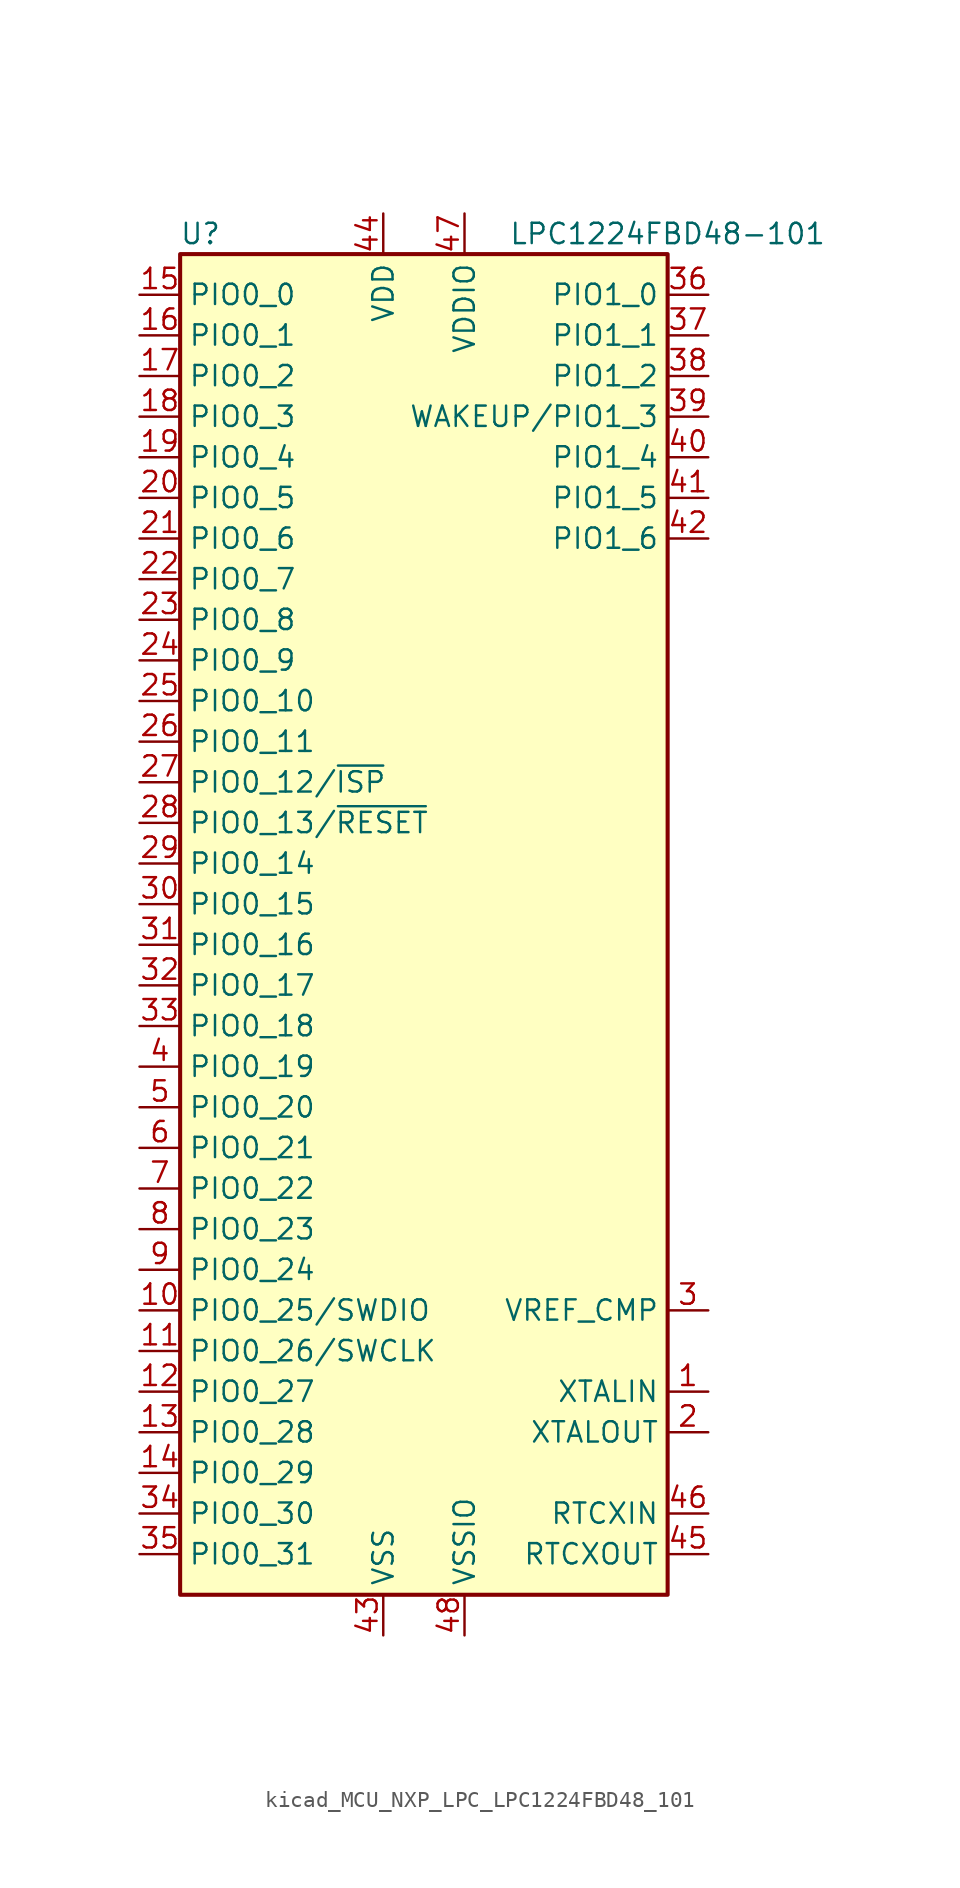
<source format=kicad_sym>
(kicad_symbol_lib
  (version 20220914)
  (generator kicad_symbol_editor)
  (symbol "kicad_MCU_NXP_LPC_LPC1224FBD48_101"
    (property "Reference" "U"
      (at -13.97 44.45 0)
      (effects (font (size 1.27 1.27))))
    (property "Value" "LPC1224FBD48-101"
      (at 15.24 44.45 0)
      (effects (font (size 1.27 1.27))))
    (symbol "kicad_MCU_NXP_LPC_LPC1224FBD48_101_0_1"
      (rectangle (start -15.24 43.18) (end 15.24 -40.64) (stroke (width 0.254) (type default)) (fill (type background))))
    (symbol "kicad_MCU_NXP_LPC_LPC1224FBD48_101_1_1"
      (pin input line (at 17.78 -27.94 180) (length 2.54) (name "XTALIN" (effects (font (size 1.27 1.27)))) (number "1" (effects (font (size 1.27 1.27)))))
      (pin bidirectional line (at -17.78 -22.86 0) (length 2.54) (name "PIO0_25/SWDIO" (effects (font (size 1.27 1.27)))) (number "10" (effects (font (size 1.27 1.27)))))
      (pin bidirectional line (at -17.78 -25.4 0) (length 2.54) (name "PIO0_26/SWCLK" (effects (font (size 1.27 1.27)))) (number "11" (effects (font (size 1.27 1.27)))))
      (pin bidirectional line (at -17.78 -27.94 0) (length 2.54) (name "PIO0_27" (effects (font (size 1.27 1.27)))) (number "12" (effects (font (size 1.27 1.27)))))
      (pin bidirectional line (at -17.78 -30.48 0) (length 2.54) (name "PIO0_28" (effects (font (size 1.27 1.27)))) (number "13" (effects (font (size 1.27 1.27)))))
      (pin bidirectional line (at -17.78 -33.02 0) (length 2.54) (name "PIO0_29" (effects (font (size 1.27 1.27)))) (number "14" (effects (font (size 1.27 1.27)))))
      (pin bidirectional line (at -17.78 40.64 0) (length 2.54) (name "PIO0_0" (effects (font (size 1.27 1.27)))) (number "15" (effects (font (size 1.27 1.27)))))
      (pin bidirectional line (at -17.78 38.1 0) (length 2.54) (name "PIO0_1" (effects (font (size 1.27 1.27)))) (number "16" (effects (font (size 1.27 1.27)))))
      (pin bidirectional line (at -17.78 35.56 0) (length 2.54) (name "PIO0_2" (effects (font (size 1.27 1.27)))) (number "17" (effects (font (size 1.27 1.27)))))
      (pin bidirectional line (at -17.78 33.02 0) (length 2.54) (name "PIO0_3" (effects (font (size 1.27 1.27)))) (number "18" (effects (font (size 1.27 1.27)))))
      (pin bidirectional line (at -17.78 30.48 0) (length 2.54) (name "PIO0_4" (effects (font (size 1.27 1.27)))) (number "19" (effects (font (size 1.27 1.27)))))
      (pin output line (at 17.78 -30.48 180) (length 2.54) (name "XTALOUT" (effects (font (size 1.27 1.27)))) (number "2" (effects (font (size 1.27 1.27)))))
      (pin bidirectional line (at -17.78 27.94 0) (length 2.54) (name "PIO0_5" (effects (font (size 1.27 1.27)))) (number "20" (effects (font (size 1.27 1.27)))))
      (pin bidirectional line (at -17.78 25.4 0) (length 2.54) (name "PIO0_6" (effects (font (size 1.27 1.27)))) (number "21" (effects (font (size 1.27 1.27)))))
      (pin bidirectional line (at -17.78 22.86 0) (length 2.54) (name "PIO0_7" (effects (font (size 1.27 1.27)))) (number "22" (effects (font (size 1.27 1.27)))))
      (pin bidirectional line (at -17.78 20.32 0) (length 2.54) (name "PIO0_8" (effects (font (size 1.27 1.27)))) (number "23" (effects (font (size 1.27 1.27)))))
      (pin bidirectional line (at -17.78 17.78 0) (length 2.54) (name "PIO0_9" (effects (font (size 1.27 1.27)))) (number "24" (effects (font (size 1.27 1.27)))))
      (pin bidirectional line (at -17.78 15.24 0) (length 2.54) (name "PIO0_10" (effects (font (size 1.27 1.27)))) (number "25" (effects (font (size 1.27 1.27)))))
      (pin bidirectional line (at -17.78 12.7 0) (length 2.54) (name "PIO0_11" (effects (font (size 1.27 1.27)))) (number "26" (effects (font (size 1.27 1.27)))))
      (pin bidirectional line (at -17.78 10.16 0) (length 2.54) (name "PIO0_12/~{ISP}" (effects (font (size 1.27 1.27)))) (number "27" (effects (font (size 1.27 1.27)))))
      (pin bidirectional line (at -17.78 7.62 0) (length 2.54) (name "PIO0_13/~{RESET}" (effects (font (size 1.27 1.27)))) (number "28" (effects (font (size 1.27 1.27)))))
      (pin bidirectional line (at -17.78 5.08 0) (length 2.54) (name "PIO0_14" (effects (font (size 1.27 1.27)))) (number "29" (effects (font (size 1.27 1.27)))))
      (pin input line (at 17.78 -22.86 180) (length 2.54) (name "VREF_CMP" (effects (font (size 1.27 1.27)))) (number "3" (effects (font (size 1.27 1.27)))))
      (pin bidirectional line (at -17.78 2.54 0) (length 2.54) (name "PIO0_15" (effects (font (size 1.27 1.27)))) (number "30" (effects (font (size 1.27 1.27)))))
      (pin bidirectional line (at -17.78 0 0) (length 2.54) (name "PIO0_16" (effects (font (size 1.27 1.27)))) (number "31" (effects (font (size 1.27 1.27)))))
      (pin bidirectional line (at -17.78 -2.54 0) (length 2.54) (name "PIO0_17" (effects (font (size 1.27 1.27)))) (number "32" (effects (font (size 1.27 1.27)))))
      (pin bidirectional line (at -17.78 -5.08 0) (length 2.54) (name "PIO0_18" (effects (font (size 1.27 1.27)))) (number "33" (effects (font (size 1.27 1.27)))))
      (pin bidirectional line (at -17.78 -35.56 0) (length 2.54) (name "PIO0_30" (effects (font (size 1.27 1.27)))) (number "34" (effects (font (size 1.27 1.27)))))
      (pin bidirectional line (at -17.78 -38.1 0) (length 2.54) (name "PIO0_31" (effects (font (size 1.27 1.27)))) (number "35" (effects (font (size 1.27 1.27)))))
      (pin bidirectional line (at 17.78 40.64 180) (length 2.54) (name "PIO1_0" (effects (font (size 1.27 1.27)))) (number "36" (effects (font (size 1.27 1.27)))))
      (pin bidirectional line (at 17.78 38.1 180) (length 2.54) (name "PIO1_1" (effects (font (size 1.27 1.27)))) (number "37" (effects (font (size 1.27 1.27)))))
      (pin bidirectional line (at 17.78 35.56 180) (length 2.54) (name "PIO1_2" (effects (font (size 1.27 1.27)))) (number "38" (effects (font (size 1.27 1.27)))))
      (pin bidirectional line (at 17.78 33.02 180) (length 2.54) (name "WAKEUP/PIO1_3" (effects (font (size 1.27 1.27)))) (number "39" (effects (font (size 1.27 1.27)))))
      (pin bidirectional line (at -17.78 -7.62 0) (length 2.54) (name "PIO0_19" (effects (font (size 1.27 1.27)))) (number "4" (effects (font (size 1.27 1.27)))))
      (pin bidirectional line (at 17.78 30.48 180) (length 2.54) (name "PIO1_4" (effects (font (size 1.27 1.27)))) (number "40" (effects (font (size 1.27 1.27)))))
      (pin bidirectional line (at 17.78 27.94 180) (length 2.54) (name "PIO1_5" (effects (font (size 1.27 1.27)))) (number "41" (effects (font (size 1.27 1.27)))))
      (pin bidirectional line (at 17.78 25.4 180) (length 2.54) (name "PIO1_6" (effects (font (size 1.27 1.27)))) (number "42" (effects (font (size 1.27 1.27)))))
      (pin power_in line (at -2.54 -43.18 90) (length 2.54) (name "VSS" (effects (font (size 1.27 1.27)))) (number "43" (effects (font (size 1.27 1.27)))))
      (pin power_in line (at -2.54 45.72 270) (length 2.54) (name "VDD" (effects (font (size 1.27 1.27)))) (number "44" (effects (font (size 1.27 1.27)))))
      (pin output line (at 17.78 -38.1 180) (length 2.54) (name "RTCXOUT" (effects (font (size 1.27 1.27)))) (number "45" (effects (font (size 1.27 1.27)))))
      (pin input line (at 17.78 -35.56 180) (length 2.54) (name "RTCXIN" (effects (font (size 1.27 1.27)))) (number "46" (effects (font (size 1.27 1.27)))))
      (pin power_in line (at 2.54 45.72 270) (length 2.54) (name "VDDIO" (effects (font (size 1.27 1.27)))) (number "47" (effects (font (size 1.27 1.27)))))
      (pin power_in line (at 2.54 -43.18 90) (length 2.54) (name "VSSIO" (effects (font (size 1.27 1.27)))) (number "48" (effects (font (size 1.27 1.27)))))
      (pin bidirectional line (at -17.78 -10.16 0) (length 2.54) (name "PIO0_20" (effects (font (size 1.27 1.27)))) (number "5" (effects (font (size 1.27 1.27)))))
      (pin bidirectional line (at -17.78 -12.7 0) (length 2.54) (name "PIO0_21" (effects (font (size 1.27 1.27)))) (number "6" (effects (font (size 1.27 1.27)))))
      (pin bidirectional line (at -17.78 -15.24 0) (length 2.54) (name "PIO0_22" (effects (font (size 1.27 1.27)))) (number "7" (effects (font (size 1.27 1.27)))))
      (pin bidirectional line (at -17.78 -17.78 0) (length 2.54) (name "PIO0_23" (effects (font (size 1.27 1.27)))) (number "8" (effects (font (size 1.27 1.27)))))
      (pin bidirectional line (at -17.78 -20.32 0) (length 2.54) (name "PIO0_24" (effects (font (size 1.27 1.27)))) (number "9" (effects (font (size 1.27 1.27))))))))
</source>
